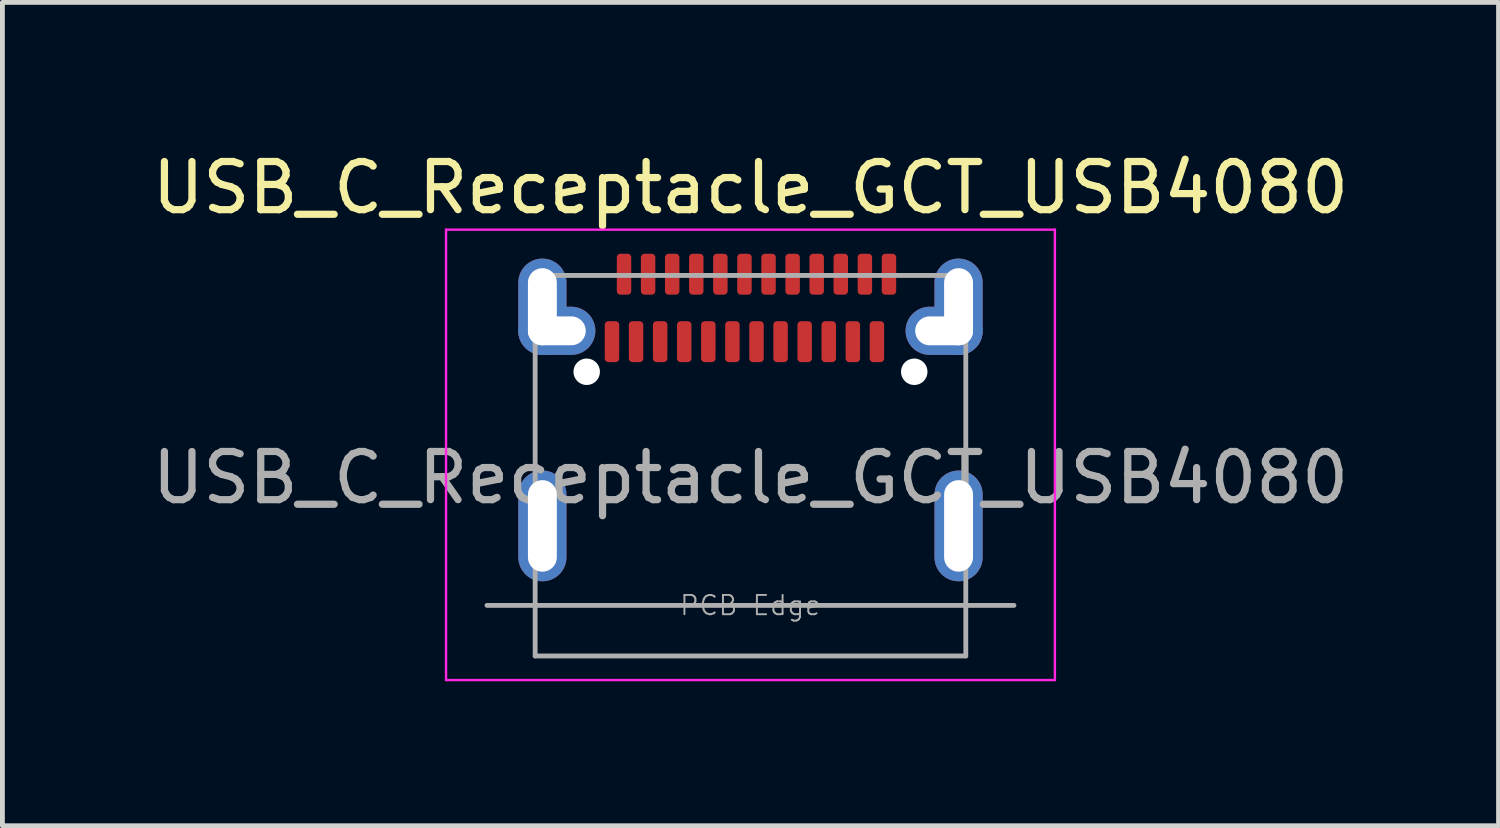
<source format=kicad_pcb>
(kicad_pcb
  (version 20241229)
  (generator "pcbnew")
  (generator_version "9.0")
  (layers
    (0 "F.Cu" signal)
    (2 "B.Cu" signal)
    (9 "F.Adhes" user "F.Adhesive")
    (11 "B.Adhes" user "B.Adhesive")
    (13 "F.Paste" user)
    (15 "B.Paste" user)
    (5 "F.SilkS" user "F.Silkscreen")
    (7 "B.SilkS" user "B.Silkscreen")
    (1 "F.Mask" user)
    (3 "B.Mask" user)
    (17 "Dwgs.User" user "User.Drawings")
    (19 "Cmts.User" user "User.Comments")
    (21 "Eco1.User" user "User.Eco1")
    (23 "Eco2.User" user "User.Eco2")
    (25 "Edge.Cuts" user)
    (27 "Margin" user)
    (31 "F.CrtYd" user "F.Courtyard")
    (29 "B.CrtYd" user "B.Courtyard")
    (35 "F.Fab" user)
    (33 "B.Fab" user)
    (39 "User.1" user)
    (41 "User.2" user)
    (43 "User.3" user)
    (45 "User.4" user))
  (footprint "USB_C_Receptacle_GCT_USB4080"
    (layer "F.Cu")
    (at 12.53 3.318)
    (property "Reference" "USB_C_Receptacle_GCT_USB4080" (at 0 -2.47 0) (layer "F.SilkS") (effects (font (size 1 1) (thickness 0.15))))
    (attr smd)
    (fp_line (start -6.32 -1.6) (end -6.32 7.75) (stroke (width 0.05) (type solid)) (layer "F.CrtYd"))
    (fp_line (start -6.32 7.75) (end 6.32 7.75) (stroke (width 0.05) (type solid)) (layer "F.CrtYd"))
    (fp_line (start 6.32 -1.6) (end -6.32 -1.6) (stroke (width 0.05) (type solid)) (layer "F.CrtYd"))
    (fp_line (start 6.32 7.75) (end 6.32 -1.6) (stroke (width 0.05) (type solid)) (layer "F.CrtYd"))
    (fp_line (start -5.47 6.2) (end 5.47 6.2) (stroke (width 0.1) (type solid)) (layer "F.Fab"))
    (fp_line (start -4.47 -0.65) (end 4.47 -0.65) (stroke (width 0.1) (type solid)) (layer "F.Fab"))
    (fp_line (start -4.47 7.25) (end -4.47 -0.65) (stroke (width 0.1) (type solid)) (layer "F.Fab"))
    (fp_line (start -4.47 7.25) (end 4.47 7.25) (stroke (width 0.1) (type solid)) (layer "F.Fab"))
    (fp_line (start 4.47 7.25) (end 4.47 -0.65) (stroke (width 0.1) (type solid)) (layer "F.Fab"))
    (fp_text user "${REFERENCE}" (at 0 3.55 0) (layer "F.Fab") (effects (font (size 1 1) (thickness 0.15))))
    (fp_text user "PCB Edge" (at 0 6.2 0) (layer "F.Fab") (effects (font (size 0.4 0.4) (thickness 0.04))))
    (pad "" smd roundrect (at -4.82 4.55) (size 2 2.5) (layers "F.Paste") (roundrect_rratio 0.1))
    (pad "" smd roundrect (at -4.52 -0.05) (size 2.6 2.1) (layers "F.Paste") (roundrect_rratio 0.1))
    (pad "" np_thru_hole circle (at -3.4 1.35) (size 0.55 0.55) (drill 0.55) (layers "*.Cu" "*.Mask"))
    (pad "" np_thru_hole circle (at 3.4 1.35) (size 0.55 0.55) (drill 0.55) (layers "*.Cu" "*.Mask"))
    (pad "" smd roundrect (at 4.52 -0.05) (size 2.6 2.1) (layers "F.Paste") (roundrect_rratio 0.1))
    (pad "" smd roundrect (at 4.82 4.55) (size 2 2.5) (layers "F.Paste") (roundrect_rratio 0.1))
    (pad "A1" smd roundrect (at -2.625 -0.675) (size 0.3 0.85) (layers "F.Cu" "F.Mask" "F.Paste") (roundrect_rratio 0.25))
    (pad "A2" smd roundrect (at -2.125 -0.675) (size 0.3 0.85) (layers "F.Cu" "F.Mask" "F.Paste") (roundrect_rratio 0.25))
    (pad "A3" smd roundrect (at -1.625 -0.675) (size 0.3 0.85) (layers "F.Cu" "F.Mask" "F.Paste") (roundrect_rratio 0.25))
    (pad "A4" smd roundrect (at -1.125 -0.675) (size 0.3 0.85) (layers "F.Cu" "F.Mask" "F.Paste") (roundrect_rratio 0.25))
    (pad "A5" smd roundrect (at -0.625 -0.675) (size 0.3 0.85) (layers "F.Cu" "F.Mask" "F.Paste") (roundrect_rratio 0.25))
    (pad "A6" smd roundrect (at -0.125 -0.675) (size 0.3 0.85) (layers "F.Cu" "F.Mask" "F.Paste") (roundrect_rratio 0.25))
    (pad "A7" smd roundrect (at 0.375 -0.675) (size 0.3 0.85) (layers "F.Cu" "F.Mask" "F.Paste") (roundrect_rratio 0.25))
    (pad "A8" smd roundrect (at 0.875 -0.675) (size 0.3 0.85) (layers "F.Cu" "F.Mask" "F.Paste") (roundrect_rratio 0.25))
    (pad "A9" smd roundrect (at 1.375 -0.675) (size 0.3 0.85) (layers "F.Cu" "F.Mask" "F.Paste") (roundrect_rratio 0.25))
    (pad "A10" smd roundrect (at 1.875 -0.675) (size 0.3 0.85) (layers "F.Cu" "F.Mask" "F.Paste") (roundrect_rratio 0.25))
    (pad "A11" smd roundrect (at 2.375 -0.675) (size 0.3 0.85) (layers "F.Cu" "F.Mask" "F.Paste") (roundrect_rratio 0.25))
    (pad "A12" smd roundrect (at 2.875 -0.675) (size 0.3 0.85) (layers "F.Cu" "F.Mask" "F.Paste") (roundrect_rratio 0.25))
    (pad "B1" smd roundrect (at 2.625 0.725) (size 0.3 0.85) (layers "F.Cu" "F.Mask" "F.Paste") (roundrect_rratio 0.25))
    (pad "B2" smd roundrect (at 2.125 0.725) (size 0.3 0.85) (layers "F.Cu" "F.Mask" "F.Paste") (roundrect_rratio 0.25))
    (pad "B3" smd roundrect (at 1.625 0.725) (size 0.3 0.85) (layers "F.Cu" "F.Mask" "F.Paste") (roundrect_rratio 0.25))
    (pad "B4" smd roundrect (at 1.125 0.725) (size 0.3 0.85) (layers "F.Cu" "F.Mask" "F.Paste") (roundrect_rratio 0.25))
    (pad "B5" smd roundrect (at 0.625 0.725) (size 0.3 0.85) (layers "F.Cu" "F.Mask" "F.Paste") (roundrect_rratio 0.25))
    (pad "B6" smd roundrect (at 0.125 0.725) (size 0.3 0.85) (layers "F.Cu" "F.Mask" "F.Paste") (roundrect_rratio 0.25))
    (pad "B7" smd roundrect (at -0.375 0.725) (size 0.3 0.85) (layers "F.Cu" "F.Mask" "F.Paste") (roundrect_rratio 0.25))
    (pad "B8" smd roundrect (at -0.875 0.725) (size 0.3 0.85) (layers "F.Cu" "F.Mask" "F.Paste") (roundrect_rratio 0.25))
    (pad "B9" smd roundrect (at -1.375 0.725) (size 0.3 0.85) (layers "F.Cu" "F.Mask" "F.Paste") (roundrect_rratio 0.25))
    (pad "B10" smd roundrect (at -1.875 0.725) (size 0.3 0.85) (layers "F.Cu" "F.Mask" "F.Paste") (roundrect_rratio 0.25))
    (pad "B11" smd roundrect (at -2.375 0.725) (size 0.3 0.85) (layers "F.Cu" "F.Mask" "F.Paste") (roundrect_rratio 0.25))
    (pad "B12" smd roundrect (at -2.875 0.725) (size 0.3 0.85) (layers "F.Cu" "F.Mask" "F.Paste") (roundrect_rratio 0.25))
    (pad "S1" thru_hole oval (at -4.32 0) (size 1 2) (drill oval 0.6 1.6) (layers "*.Cu" "*.Mask"))
    (pad "S1" thru_hole oval (at -4.32 4.55) (size 1 2.3) (drill oval 0.6 1.9) (layers "*.Cu" "*.Mask"))
    (pad "S1" thru_hole oval (at -4.02 0.5) (size 1.6 1) (drill oval 1.2 0.6) (layers "*.Cu" "*.Mask"))
    (pad "S1" thru_hole oval (at 4.02 0.5) (size 1.6 1) (drill oval 1.2 0.6) (layers "*.Cu" "*.Mask"))
    (pad "S1" thru_hole oval (at 4.32 0) (size 1 2) (drill oval 0.6 1.6) (layers "*.Cu" "*.Mask"))
    (pad "S1" thru_hole oval (at 4.32 4.55) (size 1 2.3) (drill oval 0.6 1.9) (layers "*.Cu" "*.Mask")))
  (gr_rect
    (start -3 -3)
    (end 28.06 14.093)
    (stroke (width 0.1) (type default))
    (fill no)
    (layer "Edge.Cuts")))
</source>
